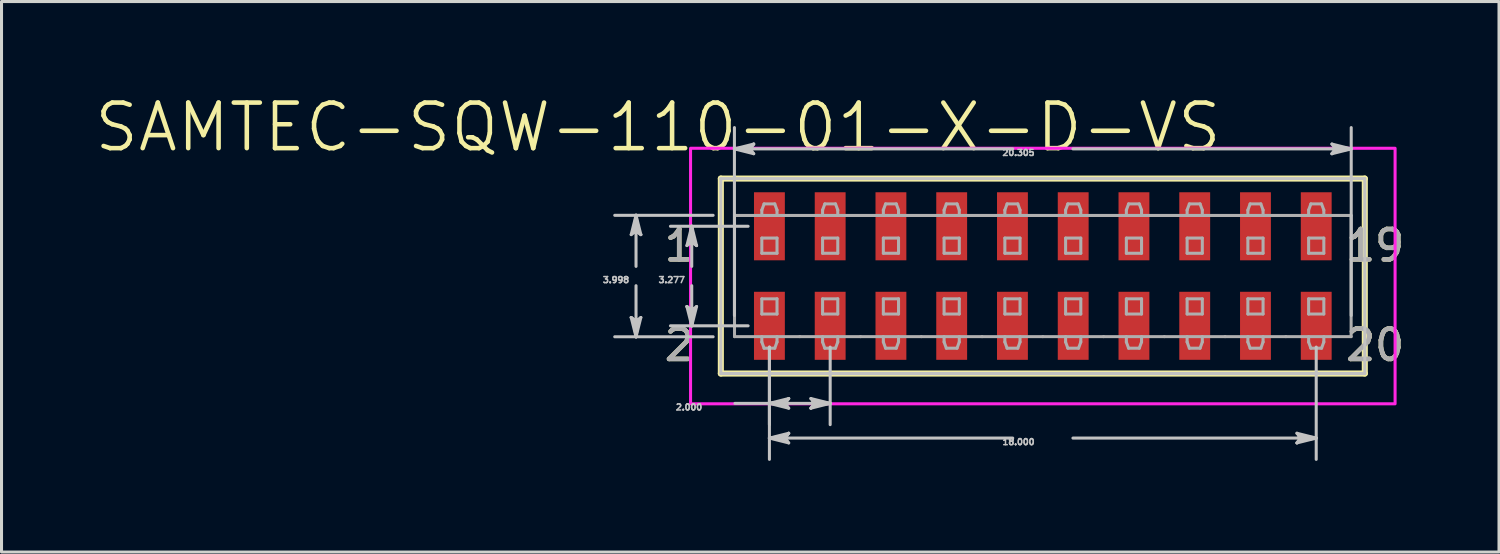
<source format=kicad_pcb>
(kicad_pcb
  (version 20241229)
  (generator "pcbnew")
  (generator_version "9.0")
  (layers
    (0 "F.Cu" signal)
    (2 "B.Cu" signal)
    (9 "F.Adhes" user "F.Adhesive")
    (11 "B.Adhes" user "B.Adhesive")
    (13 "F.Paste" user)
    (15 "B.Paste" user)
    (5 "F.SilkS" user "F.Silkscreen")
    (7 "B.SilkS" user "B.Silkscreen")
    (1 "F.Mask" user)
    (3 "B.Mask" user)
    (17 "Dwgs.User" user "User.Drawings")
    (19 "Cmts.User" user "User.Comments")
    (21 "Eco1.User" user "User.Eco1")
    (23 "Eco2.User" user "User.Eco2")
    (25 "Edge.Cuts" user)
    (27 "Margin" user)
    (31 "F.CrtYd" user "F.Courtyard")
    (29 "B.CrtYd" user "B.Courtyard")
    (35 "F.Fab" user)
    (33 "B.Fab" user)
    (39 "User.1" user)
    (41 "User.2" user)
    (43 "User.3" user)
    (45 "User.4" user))
  (footprint "SAMTEC-SQW-110-01-X-D-VS"
    (layer "F.Cu")
    (at 31.278 6.037)
    (property "Reference" "SAMTEC-SQW-110-01-X-D-VS" (at -12.668 -4.897 0) (layer "F.SilkS") (effects (font (size 1.5 1.5) (thickness 0.15))))
    (attr smd)
    (fp_poly (pts (xy -9.559 -2.809) (xy -8.441 -2.809) (xy -8.441 -0.467) (xy -9.559 -0.467)) (stroke (width 0.01) (type solid)) (fill yes) (layer "F.Mask"))
    (fp_poly (pts (xy -9.559 0.467) (xy -8.441 0.467) (xy -8.441 2.809) (xy -9.559 2.809)) (stroke (width 0.01) (type solid)) (fill yes) (layer "F.Mask"))
    (fp_poly (pts (xy -7.559 -2.809) (xy -6.441 -2.809) (xy -6.441 -0.467) (xy -7.559 -0.467)) (stroke (width 0.01) (type solid)) (fill yes) (layer "F.Mask"))
    (fp_poly (pts (xy -7.559 0.467) (xy -6.441 0.467) (xy -6.441 2.809) (xy -7.559 2.809)) (stroke (width 0.01) (type solid)) (fill yes) (layer "F.Mask"))
    (fp_poly (pts (xy -5.559 -2.809) (xy -4.441 -2.809) (xy -4.441 -0.467) (xy -5.559 -0.467)) (stroke (width 0.01) (type solid)) (fill yes) (layer "F.Mask"))
    (fp_poly (pts (xy -5.559 0.467) (xy -4.441 0.467) (xy -4.441 2.809) (xy -5.559 2.809)) (stroke (width 0.01) (type solid)) (fill yes) (layer "F.Mask"))
    (fp_poly (pts (xy -3.559 -2.809) (xy -2.441 -2.809) (xy -2.441 -0.467) (xy -3.559 -0.467)) (stroke (width 0.01) (type solid)) (fill yes) (layer "F.Mask"))
    (fp_poly (pts (xy -3.559 0.467) (xy -2.441 0.467) (xy -2.441 2.809) (xy -3.559 2.809)) (stroke (width 0.01) (type solid)) (fill yes) (layer "F.Mask"))
    (fp_poly (pts (xy -1.559 -2.809) (xy -0.441 -2.809) (xy -0.441 -0.467) (xy -1.559 -0.467)) (stroke (width 0.01) (type solid)) (fill yes) (layer "F.Mask"))
    (fp_poly (pts (xy -1.559 0.467) (xy -0.441 0.467) (xy -0.441 2.809) (xy -1.559 2.809)) (stroke (width 0.01) (type solid)) (fill yes) (layer "F.Mask"))
    (fp_poly (pts (xy 0.441 -2.809) (xy 1.559 -2.809) (xy 1.559 -0.467) (xy 0.441 -0.467)) (stroke (width 0.01) (type solid)) (fill yes) (layer "F.Mask"))
    (fp_poly (pts (xy 0.441 0.467) (xy 1.559 0.467) (xy 1.559 2.809) (xy 0.441 2.809)) (stroke (width 0.01) (type solid)) (fill yes) (layer "F.Mask"))
    (fp_poly (pts (xy 2.441 -2.809) (xy 3.559 -2.809) (xy 3.559 -0.467) (xy 2.441 -0.467)) (stroke (width 0.01) (type solid)) (fill yes) (layer "F.Mask"))
    (fp_poly (pts (xy 2.441 0.467) (xy 3.559 0.467) (xy 3.559 2.809) (xy 2.441 2.809)) (stroke (width 0.01) (type solid)) (fill yes) (layer "F.Mask"))
    (fp_poly (pts (xy 4.441 -2.809) (xy 5.559 -2.809) (xy 5.559 -0.467) (xy 4.441 -0.467)) (stroke (width 0.01) (type solid)) (fill yes) (layer "F.Mask"))
    (fp_poly (pts (xy 4.441 0.467) (xy 5.559 0.467) (xy 5.559 2.809) (xy 4.441 2.809)) (stroke (width 0.01) (type solid)) (fill yes) (layer "F.Mask"))
    (fp_poly (pts (xy 6.441 -2.809) (xy 7.559 -2.809) (xy 7.559 -0.467) (xy 6.441 -0.467)) (stroke (width 0.01) (type solid)) (fill yes) (layer "F.Mask"))
    (fp_poly (pts (xy 6.441 0.467) (xy 7.559 0.467) (xy 7.559 2.809) (xy 6.441 2.809)) (stroke (width 0.01) (type solid)) (fill yes) (layer "F.Mask"))
    (fp_poly (pts (xy 8.441 -2.809) (xy 9.559 -2.809) (xy 9.559 -0.467) (xy 8.441 -0.467)) (stroke (width 0.01) (type solid)) (fill yes) (layer "F.Mask"))
    (fp_poly (pts (xy 8.441 0.467) (xy 9.559 0.467) (xy 9.559 2.809) (xy 8.441 2.809)) (stroke (width 0.01) (type solid)) (fill yes) (layer "F.Mask"))
    (fp_line (start -10.599 -3.209) (end -10.599 3.209) (stroke (width 0.2) (type solid)) (layer "F.SilkS"))
    (fp_line (start -10.599 3.209) (end 10.599 3.209) (stroke (width 0.2) (type solid)) (layer "F.SilkS"))
    (fp_line (start 10.599 -3.209) (end -10.599 -3.209) (stroke (width 0.2) (type solid)) (layer "F.SilkS"))
    (fp_line (start 10.599 3.209) (end 10.599 -3.209) (stroke (width 0.2) (type solid)) (layer "F.SilkS"))
    (fp_poly (pts (xy -9.508 -2.758) (xy -8.492 -2.758) (xy -8.492 -0.518) (xy -9.508 -0.518)) (stroke (width 0.01) (type solid)) (fill yes) (layer "F.Paste"))
    (fp_poly (pts (xy -9.508 0.518) (xy -8.492 0.518) (xy -8.492 2.758) (xy -9.508 2.758)) (stroke (width 0.01) (type solid)) (fill yes) (layer "F.Paste"))
    (fp_poly (pts (xy -7.508 -2.758) (xy -6.492 -2.758) (xy -6.492 -0.518) (xy -7.508 -0.518)) (stroke (width 0.01) (type solid)) (fill yes) (layer "F.Paste"))
    (fp_poly (pts (xy -7.508 0.518) (xy -6.492 0.518) (xy -6.492 2.758) (xy -7.508 2.758)) (stroke (width 0.01) (type solid)) (fill yes) (layer "F.Paste"))
    (fp_poly (pts (xy -5.508 -2.758) (xy -4.492 -2.758) (xy -4.492 -0.518) (xy -5.508 -0.518)) (stroke (width 0.01) (type solid)) (fill yes) (layer "F.Paste"))
    (fp_poly (pts (xy -5.508 0.518) (xy -4.492 0.518) (xy -4.492 2.758) (xy -5.508 2.758)) (stroke (width 0.01) (type solid)) (fill yes) (layer "F.Paste"))
    (fp_poly (pts (xy -3.508 -2.758) (xy -2.492 -2.758) (xy -2.492 -0.518) (xy -3.508 -0.518)) (stroke (width 0.01) (type solid)) (fill yes) (layer "F.Paste"))
    (fp_poly (pts (xy -3.508 0.518) (xy -2.492 0.518) (xy -2.492 2.758) (xy -3.508 2.758)) (stroke (width 0.01) (type solid)) (fill yes) (layer "F.Paste"))
    (fp_poly (pts (xy -1.508 -2.758) (xy -0.492 -2.758) (xy -0.492 -0.518) (xy -1.508 -0.518)) (stroke (width 0.01) (type solid)) (fill yes) (layer "F.Paste"))
    (fp_poly (pts (xy -1.508 0.518) (xy -0.492 0.518) (xy -0.492 2.758) (xy -1.508 2.758)) (stroke (width 0.01) (type solid)) (fill yes) (layer "F.Paste"))
    (fp_poly (pts (xy 0.492 -2.758) (xy 1.508 -2.758) (xy 1.508 -0.518) (xy 0.492 -0.518)) (stroke (width 0.01) (type solid)) (fill yes) (layer "F.Paste"))
    (fp_poly (pts (xy 0.492 0.518) (xy 1.508 0.518) (xy 1.508 2.758) (xy 0.492 2.758)) (stroke (width 0.01) (type solid)) (fill yes) (layer "F.Paste"))
    (fp_poly (pts (xy 2.492 -2.758) (xy 3.508 -2.758) (xy 3.508 -0.518) (xy 2.492 -0.518)) (stroke (width 0.01) (type solid)) (fill yes) (layer "F.Paste"))
    (fp_poly (pts (xy 2.492 0.518) (xy 3.508 0.518) (xy 3.508 2.758) (xy 2.492 2.758)) (stroke (width 0.01) (type solid)) (fill yes) (layer "F.Paste"))
    (fp_poly (pts (xy 4.492 -2.758) (xy 5.508 -2.758) (xy 5.508 -0.518) (xy 4.492 -0.518)) (stroke (width 0.01) (type solid)) (fill yes) (layer "F.Paste"))
    (fp_poly (pts (xy 4.492 0.518) (xy 5.508 0.518) (xy 5.508 2.758) (xy 4.492 2.758)) (stroke (width 0.01) (type solid)) (fill yes) (layer "F.Paste"))
    (fp_poly (pts (xy 6.492 -2.758) (xy 7.508 -2.758) (xy 7.508 -0.518) (xy 6.492 -0.518)) (stroke (width 0.01) (type solid)) (fill yes) (layer "F.Paste"))
    (fp_poly (pts (xy 6.492 0.518) (xy 7.508 0.518) (xy 7.508 2.758) (xy 6.492 2.758)) (stroke (width 0.01) (type solid)) (fill yes) (layer "F.Paste"))
    (fp_poly (pts (xy 8.492 -2.758) (xy 9.508 -2.758) (xy 9.508 -0.518) (xy 8.492 -0.518)) (stroke (width 0.01) (type solid)) (fill yes) (layer "F.Paste"))
    (fp_poly (pts (xy 8.492 0.518) (xy 9.508 0.518) (xy 9.508 2.758) (xy 8.492 2.758)) (stroke (width 0.01) (type solid)) (fill yes) (layer "F.Paste"))
    (fp_line (start -13.55 -1.364) (end -13.391 -1.491) (stroke (width 0.1) (type solid)) (layer "Dwgs.User"))
    (fp_line (start -13.55 1.364) (end -13.391 1.999) (stroke (width 0.1) (type solid)) (layer "Dwgs.User"))
    (fp_line (start -13.47 -1.427) (end -13.391 -1.491) (stroke (width 0.1) (type solid)) (layer "Dwgs.User"))
    (fp_line (start -13.47 1.427) (end -13.55 1.364) (stroke (width 0.1) (type solid)) (layer "Dwgs.User"))
    (fp_line (start -13.391 -1.999) (end -13.55 -1.364) (stroke (width 0.1) (type solid)) (layer "Dwgs.User"))
    (fp_line (start -13.391 -1.999) (end -13.47 -1.427) (stroke (width 0.1) (type solid)) (layer "Dwgs.User"))
    (fp_line (start -13.391 -1.999) (end -13.312 -1.427) (stroke (width 0.1) (type solid)) (layer "Dwgs.User"))
    (fp_line (start -13.391 -1.491) (end -13.391 -1.999) (stroke (width 0.1) (type solid)) (layer "Dwgs.User"))
    (fp_line (start -13.391 -1.491) (end -13.232 -1.364) (stroke (width 0.1) (type solid)) (layer "Dwgs.User"))
    (fp_line (start -13.391 -0.318) (end -13.391 -1.999) (stroke (width 0.1) (type solid)) (layer "Dwgs.User"))
    (fp_line (start -13.391 0.318) (end -13.391 1.999) (stroke (width 0.1) (type solid)) (layer "Dwgs.User"))
    (fp_line (start -13.391 1.491) (end -13.55 1.364) (stroke (width 0.1) (type solid)) (layer "Dwgs.User"))
    (fp_line (start -13.391 1.491) (end -13.391 1.999) (stroke (width 0.1) (type solid)) (layer "Dwgs.User"))
    (fp_line (start -13.391 1.999) (end -13.47 1.427) (stroke (width 0.1) (type solid)) (layer "Dwgs.User"))
    (fp_line (start -13.391 1.999) (end -13.312 1.427) (stroke (width 0.1) (type solid)) (layer "Dwgs.User"))
    (fp_line (start -13.391 1.999) (end -13.232 1.364) (stroke (width 0.1) (type solid)) (layer "Dwgs.User"))
    (fp_line (start -13.312 -1.427) (end -13.232 -1.364) (stroke (width 0.1) (type solid)) (layer "Dwgs.User"))
    (fp_line (start -13.312 1.427) (end -13.391 1.491) (stroke (width 0.1) (type solid)) (layer "Dwgs.User"))
    (fp_line (start -13.232 -1.364) (end -13.391 -1.999) (stroke (width 0.1) (type solid)) (layer "Dwgs.User"))
    (fp_line (start -13.232 1.364) (end -13.391 1.491) (stroke (width 0.1) (type solid)) (layer "Dwgs.User"))
    (fp_line (start -11.716 -1.003) (end -11.557 -1.13) (stroke (width 0.1) (type solid)) (layer "Dwgs.User"))
    (fp_line (start -11.716 1.003) (end -11.557 1.638) (stroke (width 0.1) (type solid)) (layer "Dwgs.User"))
    (fp_line (start -11.636 -1.067) (end -11.557 -1.13) (stroke (width 0.1) (type solid)) (layer "Dwgs.User"))
    (fp_line (start -11.636 1.067) (end -11.716 1.003) (stroke (width 0.1) (type solid)) (layer "Dwgs.User"))
    (fp_line (start -11.557 -1.638) (end -11.716 -1.003) (stroke (width 0.1) (type solid)) (layer "Dwgs.User"))
    (fp_line (start -11.557 -1.638) (end -11.636 -1.067) (stroke (width 0.1) (type solid)) (layer "Dwgs.User"))
    (fp_line (start -11.557 -1.638) (end -11.478 -1.067) (stroke (width 0.1) (type solid)) (layer "Dwgs.User"))
    (fp_line (start -11.557 -1.13) (end -11.557 -1.638) (stroke (width 0.1) (type solid)) (layer "Dwgs.User"))
    (fp_line (start -11.557 -1.13) (end -11.398 -1.003) (stroke (width 0.1) (type solid)) (layer "Dwgs.User"))
    (fp_line (start -11.557 -0.318) (end -11.557 -1.638) (stroke (width 0.1) (type solid)) (layer "Dwgs.User"))
    (fp_line (start -11.557 0.318) (end -11.557 1.638) (stroke (width 0.1) (type solid)) (layer "Dwgs.User"))
    (fp_line (start -11.557 1.13) (end -11.716 1.003) (stroke (width 0.1) (type solid)) (layer "Dwgs.User"))
    (fp_line (start -11.557 1.13) (end -11.557 1.638) (stroke (width 0.1) (type solid)) (layer "Dwgs.User"))
    (fp_line (start -11.557 1.638) (end -11.636 1.067) (stroke (width 0.1) (type solid)) (layer "Dwgs.User"))
    (fp_line (start -11.557 1.638) (end -11.478 1.067) (stroke (width 0.1) (type solid)) (layer "Dwgs.User"))
    (fp_line (start -11.557 1.638) (end -11.398 1.003) (stroke (width 0.1) (type solid)) (layer "Dwgs.User"))
    (fp_line (start -11.478 -1.067) (end -11.398 -1.003) (stroke (width 0.1) (type solid)) (layer "Dwgs.User"))
    (fp_line (start -11.478 1.067) (end -11.557 1.13) (stroke (width 0.1) (type solid)) (layer "Dwgs.User"))
    (fp_line (start -11.398 -1.003) (end -11.557 -1.638) (stroke (width 0.1) (type solid)) (layer "Dwgs.User"))
    (fp_line (start -11.398 1.003) (end -11.557 1.13) (stroke (width 0.1) (type solid)) (layer "Dwgs.User"))
    (fp_line (start -10.853 -1.999) (end -14.092 -1.999) (stroke (width 0.1) (type solid)) (layer "Dwgs.User"))
    (fp_line (start -10.853 1.999) (end -14.092 1.999) (stroke (width 0.1) (type solid)) (layer "Dwgs.User"))
    (fp_line (start -10.599 -3.209) (end -10.599 3.209) (stroke (width 0.1) (type solid)) (layer "Dwgs.User"))
    (fp_line (start -10.599 3.209) (end 10.599 3.209) (stroke (width 0.1) (type solid)) (layer "Dwgs.User"))
    (fp_line (start -10.152 -4.186) (end -9.581 -4.265) (stroke (width 0.1) (type solid)) (layer "Dwgs.User"))
    (fp_line (start -10.152 -4.186) (end -9.581 -4.107) (stroke (width 0.1) (type solid)) (layer "Dwgs.User"))
    (fp_line (start -10.152 -4.186) (end -9.517 -4.027) (stroke (width 0.1) (type solid)) (layer "Dwgs.User"))
    (fp_line (start -10.152 1.298) (end -10.152 -4.887) (stroke (width 0.1) (type solid)) (layer "Dwgs.User"))
    (fp_line (start -10.135 4.191) (end -9 4.191) (stroke (width 0.1) (type solid)) (layer "Dwgs.User"))
    (fp_line (start -9.701 -1.638) (end -12.258 -1.638) (stroke (width 0.1) (type solid)) (layer "Dwgs.User"))
    (fp_line (start -9.701 1.638) (end -12.258 1.638) (stroke (width 0.1) (type solid)) (layer "Dwgs.User"))
    (fp_line (start -9.644 -4.186) (end -10.152 -4.186) (stroke (width 0.1) (type solid)) (layer "Dwgs.User"))
    (fp_line (start -9.644 -4.186) (end -9.517 -4.345) (stroke (width 0.1) (type solid)) (layer "Dwgs.User"))
    (fp_line (start -9.581 -4.265) (end -9.517 -4.345) (stroke (width 0.1) (type solid)) (layer "Dwgs.User"))
    (fp_line (start -9.581 -4.107) (end -9.644 -4.186) (stroke (width 0.1) (type solid)) (layer "Dwgs.User"))
    (fp_line (start -9.517 -4.345) (end -10.152 -4.186) (stroke (width 0.1) (type solid)) (layer "Dwgs.User"))
    (fp_line (start -9.517 -4.027) (end -9.644 -4.186) (stroke (width 0.1) (type solid)) (layer "Dwgs.User"))
    (fp_line (start -9 2.339) (end -9 4.892) (stroke (width 0.1) (type solid)) (layer "Dwgs.User"))
    (fp_line (start -9 2.339) (end -9 6.035) (stroke (width 0.1) (type solid)) (layer "Dwgs.User"))
    (fp_line (start -9 4.191) (end -8.428 4.112) (stroke (width 0.1) (type solid)) (layer "Dwgs.User"))
    (fp_line (start -9 4.191) (end -8.428 4.27) (stroke (width 0.1) (type solid)) (layer "Dwgs.User"))
    (fp_line (start -9 4.191) (end -8.365 4.35) (stroke (width 0.1) (type solid)) (layer "Dwgs.User"))
    (fp_line (start -9 4.191) (end -7 4.191) (stroke (width 0.1) (type solid)) (layer "Dwgs.User"))
    (fp_line (start -9 5.334) (end -8.428 5.255) (stroke (width 0.1) (type solid)) (layer "Dwgs.User"))
    (fp_line (start -9 5.334) (end -8.428 5.413) (stroke (width 0.1) (type solid)) (layer "Dwgs.User"))
    (fp_line (start -9 5.334) (end -8.365 5.493) (stroke (width 0.1) (type solid)) (layer "Dwgs.User"))
    (fp_line (start -8.492 4.191) (end -9 4.191) (stroke (width 0.1) (type solid)) (layer "Dwgs.User"))
    (fp_line (start -8.492 4.191) (end -8.365 4.032) (stroke (width 0.1) (type solid)) (layer "Dwgs.User"))
    (fp_line (start -8.492 5.334) (end -9 5.334) (stroke (width 0.1) (type solid)) (layer "Dwgs.User"))
    (fp_line (start -8.492 5.334) (end -8.365 5.175) (stroke (width 0.1) (type solid)) (layer "Dwgs.User"))
    (fp_line (start -8.428 4.112) (end -8.365 4.032) (stroke (width 0.1) (type solid)) (layer "Dwgs.User"))
    (fp_line (start -8.428 4.27) (end -8.492 4.191) (stroke (width 0.1) (type solid)) (layer "Dwgs.User"))
    (fp_line (start -8.428 5.255) (end -8.365 5.175) (stroke (width 0.1) (type solid)) (layer "Dwgs.User"))
    (fp_line (start -8.428 5.413) (end -8.492 5.334) (stroke (width 0.1) (type solid)) (layer "Dwgs.User"))
    (fp_line (start -8.365 4.032) (end -9 4.191) (stroke (width 0.1) (type solid)) (layer "Dwgs.User"))
    (fp_line (start -8.365 4.35) (end -8.492 4.191) (stroke (width 0.1) (type solid)) (layer "Dwgs.User"))
    (fp_line (start -8.365 5.175) (end -9 5.334) (stroke (width 0.1) (type solid)) (layer "Dwgs.User"))
    (fp_line (start -8.365 5.493) (end -8.492 5.334) (stroke (width 0.1) (type solid)) (layer "Dwgs.User"))
    (fp_line (start -7.635 4.032) (end -7.508 4.191) (stroke (width 0.1) (type solid)) (layer "Dwgs.User"))
    (fp_line (start -7.635 4.35) (end -7 4.191) (stroke (width 0.1) (type solid)) (layer "Dwgs.User"))
    (fp_line (start -7.571 4.112) (end -7.508 4.191) (stroke (width 0.1) (type solid)) (layer "Dwgs.User"))
    (fp_line (start -7.571 4.27) (end -7.635 4.35) (stroke (width 0.1) (type solid)) (layer "Dwgs.User"))
    (fp_line (start -7.508 4.191) (end -7.635 4.35) (stroke (width 0.1) (type solid)) (layer "Dwgs.User"))
    (fp_line (start -7.508 4.191) (end -7 4.191) (stroke (width 0.1) (type solid)) (layer "Dwgs.User"))
    (fp_line (start -7 2.339) (end -7 4.892) (stroke (width 0.1) (type solid)) (layer "Dwgs.User"))
    (fp_line (start -7 4.191) (end -7.635 4.032) (stroke (width 0.1) (type solid)) (layer "Dwgs.User"))
    (fp_line (start -7 4.191) (end -7.571 4.112) (stroke (width 0.1) (type solid)) (layer "Dwgs.User"))
    (fp_line (start -7 4.191) (end -7.571 4.27) (stroke (width 0.1) (type solid)) (layer "Dwgs.User"))
    (fp_line (start -0.991 -4.186) (end -10.152 -4.186) (stroke (width 0.1) (type solid)) (layer "Dwgs.User"))
    (fp_line (start -0.991 5.334) (end -9 5.334) (stroke (width 0.1) (type solid)) (layer "Dwgs.User"))
    (fp_line (start 0.991 -4.186) (end 10.152 -4.186) (stroke (width 0.1) (type solid)) (layer "Dwgs.User"))
    (fp_line (start 0.991 5.334) (end 9 5.334) (stroke (width 0.1) (type solid)) (layer "Dwgs.User"))
    (fp_line (start 8.365 5.175) (end 8.492 5.334) (stroke (width 0.1) (type solid)) (layer "Dwgs.User"))
    (fp_line (start 8.365 5.493) (end 9 5.334) (stroke (width 0.1) (type solid)) (layer "Dwgs.User"))
    (fp_line (start 8.428 5.255) (end 8.492 5.334) (stroke (width 0.1) (type solid)) (layer "Dwgs.User"))
    (fp_line (start 8.428 5.413) (end 8.365 5.493) (stroke (width 0.1) (type solid)) (layer "Dwgs.User"))
    (fp_line (start 8.492 5.334) (end 8.365 5.493) (stroke (width 0.1) (type solid)) (layer "Dwgs.User"))
    (fp_line (start 8.492 5.334) (end 9 5.334) (stroke (width 0.1) (type solid)) (layer "Dwgs.User"))
    (fp_line (start 9 2.339) (end 9 6.035) (stroke (width 0.1) (type solid)) (layer "Dwgs.User"))
    (fp_line (start 9 5.334) (end 8.365 5.175) (stroke (width 0.1) (type solid)) (layer "Dwgs.User"))
    (fp_line (start 9 5.334) (end 8.428 5.255) (stroke (width 0.1) (type solid)) (layer "Dwgs.User"))
    (fp_line (start 9 5.334) (end 8.428 5.413) (stroke (width 0.1) (type solid)) (layer "Dwgs.User"))
    (fp_line (start 9.517 -4.345) (end 9.644 -4.186) (stroke (width 0.1) (type solid)) (layer "Dwgs.User"))
    (fp_line (start 9.517 -4.027) (end 10.152 -4.186) (stroke (width 0.1) (type solid)) (layer "Dwgs.User"))
    (fp_line (start 9.581 -4.265) (end 9.644 -4.186) (stroke (width 0.1) (type solid)) (layer "Dwgs.User"))
    (fp_line (start 9.581 -4.107) (end 9.517 -4.027) (stroke (width 0.1) (type solid)) (layer "Dwgs.User"))
    (fp_line (start 9.644 -4.186) (end 9.517 -4.027) (stroke (width 0.1) (type solid)) (layer "Dwgs.User"))
    (fp_line (start 9.644 -4.186) (end 10.152 -4.186) (stroke (width 0.1) (type solid)) (layer "Dwgs.User"))
    (fp_line (start 10.152 -4.186) (end 9.517 -4.345) (stroke (width 0.1) (type solid)) (layer "Dwgs.User"))
    (fp_line (start 10.152 -4.186) (end 9.581 -4.265) (stroke (width 0.1) (type solid)) (layer "Dwgs.User"))
    (fp_line (start 10.152 -4.186) (end 9.581 -4.107) (stroke (width 0.1) (type solid)) (layer "Dwgs.User"))
    (fp_line (start 10.152 1.298) (end 10.152 -4.887) (stroke (width 0.1) (type solid)) (layer "Dwgs.User"))
    (fp_line (start 10.599 -3.209) (end -10.599 -3.209) (stroke (width 0.1) (type solid)) (layer "Dwgs.User"))
    (fp_line (start 10.599 3.209) (end 10.599 -3.209) (stroke (width 0.1) (type solid)) (layer "Dwgs.User"))
    (fp_poly (pts (xy 11.596 -4.206) (xy -11.596 -4.206) (xy -11.596 4.206) (xy 11.596 4.206) (xy 11.596 -4.206)) (stroke (width 0.1) (type solid)) (fill no) (layer "F.CrtYd"))
    (fp_line (start -10.149 -1.994) (end -10.149 1.994) (stroke (width 0.1) (type solid)) (layer "F.Fab"))
    (fp_line (start -10.149 -1.994) (end -8 -1.994) (stroke (width 0.1) (type solid)) (layer "F.Fab"))
    (fp_line (start -9.25 -1.994) (end -9.25 -2.172) (stroke (width 0.1) (type solid)) (layer "F.Fab"))
    (fp_line (start -9.25 -1.25) (end -9.25 -0.75) (stroke (width 0.1) (type solid)) (layer "F.Fab"))
    (fp_line (start -9.25 -0.75) (end -8.75 -0.75) (stroke (width 0.1) (type solid)) (layer "F.Fab"))
    (fp_line (start -9.25 0.75) (end -9.25 1.25) (stroke (width 0.1) (type solid)) (layer "F.Fab"))
    (fp_line (start -9.25 1.25) (end -8.75 1.25) (stroke (width 0.1) (type solid)) (layer "F.Fab"))
    (fp_line (start -9.25 2.172) (end -9.25 1.994) (stroke (width 0.1) (type solid)) (layer "F.Fab"))
    (fp_line (start -9.25 2.172) (end -9.176 2.375) (stroke (width 0.1) (type solid)) (layer "F.Fab"))
    (fp_line (start -9.176 -2.375) (end -9.25 -2.172) (stroke (width 0.1) (type solid)) (layer "F.Fab"))
    (fp_line (start -9.176 2.375) (end -8.824 2.375) (stroke (width 0.1) (type solid)) (layer "F.Fab"))
    (fp_line (start -8.824 -2.375) (end -9.176 -2.375) (stroke (width 0.1) (type solid)) (layer "F.Fab"))
    (fp_line (start -8.824 2.375) (end -8.75 2.172) (stroke (width 0.1) (type solid)) (layer "F.Fab"))
    (fp_line (start -8.75 -2.172) (end -8.824 -2.375) (stroke (width 0.1) (type solid)) (layer "F.Fab"))
    (fp_line (start -8.75 -2.172) (end -8.75 -1.994) (stroke (width 0.1) (type solid)) (layer "F.Fab"))
    (fp_line (start -8.75 -1.25) (end -9.25 -1.25) (stroke (width 0.1) (type solid)) (layer "F.Fab"))
    (fp_line (start -8.75 -0.75) (end -8.75 -1.25) (stroke (width 0.1) (type solid)) (layer "F.Fab"))
    (fp_line (start -8.75 0.75) (end -9.25 0.75) (stroke (width 0.1) (type solid)) (layer "F.Fab"))
    (fp_line (start -8.75 1.25) (end -8.75 0.75) (stroke (width 0.1) (type solid)) (layer "F.Fab"))
    (fp_line (start -8.75 1.994) (end -8.75 2.172) (stroke (width 0.1) (type solid)) (layer "F.Fab"))
    (fp_line (start -8 -1.994) (end -6 -1.994) (stroke (width 0.1) (type solid)) (layer "F.Fab"))
    (fp_line (start -8 1.994) (end -10.149 1.994) (stroke (width 0.1) (type solid)) (layer "F.Fab"))
    (fp_line (start -7.25 -1.994) (end -7.25 -2.172) (stroke (width 0.1) (type solid)) (layer "F.Fab"))
    (fp_line (start -7.25 -1.25) (end -7.25 -0.75) (stroke (width 0.1) (type solid)) (layer "F.Fab"))
    (fp_line (start -7.25 -0.75) (end -6.75 -0.75) (stroke (width 0.1) (type solid)) (layer "F.Fab"))
    (fp_line (start -7.25 0.75) (end -7.25 1.25) (stroke (width 0.1) (type solid)) (layer "F.Fab"))
    (fp_line (start -7.25 1.25) (end -6.75 1.25) (stroke (width 0.1) (type solid)) (layer "F.Fab"))
    (fp_line (start -7.25 2.172) (end -7.25 1.994) (stroke (width 0.1) (type solid)) (layer "F.Fab"))
    (fp_line (start -7.25 2.172) (end -7.176 2.375) (stroke (width 0.1) (type solid)) (layer "F.Fab"))
    (fp_line (start -7.176 -2.375) (end -7.25 -2.172) (stroke (width 0.1) (type solid)) (layer "F.Fab"))
    (fp_line (start -7.176 2.375) (end -6.824 2.375) (stroke (width 0.1) (type solid)) (layer "F.Fab"))
    (fp_line (start -6.824 -2.375) (end -7.176 -2.375) (stroke (width 0.1) (type solid)) (layer "F.Fab"))
    (fp_line (start -6.824 2.375) (end -6.75 2.172) (stroke (width 0.1) (type solid)) (layer "F.Fab"))
    (fp_line (start -6.75 -2.172) (end -6.824 -2.375) (stroke (width 0.1) (type solid)) (layer "F.Fab"))
    (fp_line (start -6.75 -2.172) (end -6.75 -1.994) (stroke (width 0.1) (type solid)) (layer "F.Fab"))
    (fp_line (start -6.75 -1.25) (end -7.25 -1.25) (stroke (width 0.1) (type solid)) (layer "F.Fab"))
    (fp_line (start -6.75 -0.75) (end -6.75 -1.25) (stroke (width 0.1) (type solid)) (layer "F.Fab"))
    (fp_line (start -6.75 0.75) (end -7.25 0.75) (stroke (width 0.1) (type solid)) (layer "F.Fab"))
    (fp_line (start -6.75 1.25) (end -6.75 0.75) (stroke (width 0.1) (type solid)) (layer "F.Fab"))
    (fp_line (start -6.75 1.994) (end -6.75 2.172) (stroke (width 0.1) (type solid)) (layer "F.Fab"))
    (fp_line (start -6 -1.994) (end -4 -1.994) (stroke (width 0.1) (type solid)) (layer "F.Fab"))
    (fp_line (start -6 1.994) (end -8 1.994) (stroke (width 0.1) (type solid)) (layer "F.Fab"))
    (fp_line (start -5.25 -1.994) (end -5.25 -2.172) (stroke (width 0.1) (type solid)) (layer "F.Fab"))
    (fp_line (start -5.25 -1.25) (end -5.25 -0.75) (stroke (width 0.1) (type solid)) (layer "F.Fab"))
    (fp_line (start -5.25 -0.75) (end -4.75 -0.75) (stroke (width 0.1) (type solid)) (layer "F.Fab"))
    (fp_line (start -5.25 0.75) (end -5.25 1.25) (stroke (width 0.1) (type solid)) (layer "F.Fab"))
    (fp_line (start -5.25 1.25) (end -4.75 1.25) (stroke (width 0.1) (type solid)) (layer "F.Fab"))
    (fp_line (start -5.25 2.172) (end -5.25 1.994) (stroke (width 0.1) (type solid)) (layer "F.Fab"))
    (fp_line (start -5.25 2.172) (end -5.176 2.375) (stroke (width 0.1) (type solid)) (layer "F.Fab"))
    (fp_line (start -5.176 -2.375) (end -5.25 -2.172) (stroke (width 0.1) (type solid)) (layer "F.Fab"))
    (fp_line (start -5.176 2.375) (end -4.824 2.375) (stroke (width 0.1) (type solid)) (layer "F.Fab"))
    (fp_line (start -4.824 -2.375) (end -5.176 -2.375) (stroke (width 0.1) (type solid)) (layer "F.Fab"))
    (fp_line (start -4.824 2.375) (end -4.75 2.172) (stroke (width 0.1) (type solid)) (layer "F.Fab"))
    (fp_line (start -4.75 -2.172) (end -4.824 -2.375) (stroke (width 0.1) (type solid)) (layer "F.Fab"))
    (fp_line (start -4.75 -2.172) (end -4.75 -1.994) (stroke (width 0.1) (type solid)) (layer "F.Fab"))
    (fp_line (start -4.75 -1.25) (end -5.25 -1.25) (stroke (width 0.1) (type solid)) (layer "F.Fab"))
    (fp_line (start -4.75 -0.75) (end -4.75 -1.25) (stroke (width 0.1) (type solid)) (layer "F.Fab"))
    (fp_line (start -4.75 0.75) (end -5.25 0.75) (stroke (width 0.1) (type solid)) (layer "F.Fab"))
    (fp_line (start -4.75 1.25) (end -4.75 0.75) (stroke (width 0.1) (type solid)) (layer "F.Fab"))
    (fp_line (start -4.75 1.994) (end -4.75 2.172) (stroke (width 0.1) (type solid)) (layer "F.Fab"))
    (fp_line (start -4 -1.994) (end -2 -1.994) (stroke (width 0.1) (type solid)) (layer "F.Fab"))
    (fp_line (start -4 1.994) (end -6 1.994) (stroke (width 0.1) (type solid)) (layer "F.Fab"))
    (fp_line (start -3.25 -1.994) (end -3.25 -2.172) (stroke (width 0.1) (type solid)) (layer "F.Fab"))
    (fp_line (start -3.25 -1.25) (end -3.25 -0.75) (stroke (width 0.1) (type solid)) (layer "F.Fab"))
    (fp_line (start -3.25 -0.75) (end -2.75 -0.75) (stroke (width 0.1) (type solid)) (layer "F.Fab"))
    (fp_line (start -3.25 0.75) (end -3.25 1.25) (stroke (width 0.1) (type solid)) (layer "F.Fab"))
    (fp_line (start -3.25 1.25) (end -2.75 1.25) (stroke (width 0.1) (type solid)) (layer "F.Fab"))
    (fp_line (start -3.25 2.172) (end -3.25 1.994) (stroke (width 0.1) (type solid)) (layer "F.Fab"))
    (fp_line (start -3.25 2.172) (end -3.176 2.375) (stroke (width 0.1) (type solid)) (layer "F.Fab"))
    (fp_line (start -3.176 -2.375) (end -3.25 -2.172) (stroke (width 0.1) (type solid)) (layer "F.Fab"))
    (fp_line (start -3.176 2.375) (end -2.824 2.375) (stroke (width 0.1) (type solid)) (layer "F.Fab"))
    (fp_line (start -2.824 -2.375) (end -3.176 -2.375) (stroke (width 0.1) (type solid)) (layer "F.Fab"))
    (fp_line (start -2.824 2.375) (end -2.75 2.172) (stroke (width 0.1) (type solid)) (layer "F.Fab"))
    (fp_line (start -2.75 -2.172) (end -2.824 -2.375) (stroke (width 0.1) (type solid)) (layer "F.Fab"))
    (fp_line (start -2.75 -2.172) (end -2.75 -1.994) (stroke (width 0.1) (type solid)) (layer "F.Fab"))
    (fp_line (start -2.75 -1.25) (end -3.25 -1.25) (stroke (width 0.1) (type solid)) (layer "F.Fab"))
    (fp_line (start -2.75 -0.75) (end -2.75 -1.25) (stroke (width 0.1) (type solid)) (layer "F.Fab"))
    (fp_line (start -2.75 0.75) (end -3.25 0.75) (stroke (width 0.1) (type solid)) (layer "F.Fab"))
    (fp_line (start -2.75 1.25) (end -2.75 0.75) (stroke (width 0.1) (type solid)) (layer "F.Fab"))
    (fp_line (start -2.75 1.994) (end -2.75 2.172) (stroke (width 0.1) (type solid)) (layer "F.Fab"))
    (fp_line (start -2 -1.994) (end 0 -1.994) (stroke (width 0.1) (type solid)) (layer "F.Fab"))
    (fp_line (start -2 1.994) (end -4 1.994) (stroke (width 0.1) (type solid)) (layer "F.Fab"))
    (fp_line (start -1.25 -1.994) (end -1.25 -2.172) (stroke (width 0.1) (type solid)) (layer "F.Fab"))
    (fp_line (start -1.25 -1.25) (end -1.25 -0.75) (stroke (width 0.1) (type solid)) (layer "F.Fab"))
    (fp_line (start -1.25 -0.75) (end -0.75 -0.75) (stroke (width 0.1) (type solid)) (layer "F.Fab"))
    (fp_line (start -1.25 0.75) (end -1.25 1.25) (stroke (width 0.1) (type solid)) (layer "F.Fab"))
    (fp_line (start -1.25 1.25) (end -0.75 1.25) (stroke (width 0.1) (type solid)) (layer "F.Fab"))
    (fp_line (start -1.25 2.172) (end -1.25 1.994) (stroke (width 0.1) (type solid)) (layer "F.Fab"))
    (fp_line (start -1.25 2.172) (end -1.176 2.375) (stroke (width 0.1) (type solid)) (layer "F.Fab"))
    (fp_line (start -1.176 -2.375) (end -1.25 -2.172) (stroke (width 0.1) (type solid)) (layer "F.Fab"))
    (fp_line (start -1.176 2.375) (end -0.824 2.375) (stroke (width 0.1) (type solid)) (layer "F.Fab"))
    (fp_line (start -0.824 -2.375) (end -1.176 -2.375) (stroke (width 0.1) (type solid)) (layer "F.Fab"))
    (fp_line (start -0.824 2.375) (end -0.75 2.172) (stroke (width 0.1) (type solid)) (layer "F.Fab"))
    (fp_line (start -0.75 -2.172) (end -0.824 -2.375) (stroke (width 0.1) (type solid)) (layer "F.Fab"))
    (fp_line (start -0.75 -2.172) (end -0.75 -1.994) (stroke (width 0.1) (type solid)) (layer "F.Fab"))
    (fp_line (start -0.75 -1.25) (end -1.25 -1.25) (stroke (width 0.1) (type solid)) (layer "F.Fab"))
    (fp_line (start -0.75 -0.75) (end -0.75 -1.25) (stroke (width 0.1) (type solid)) (layer "F.Fab"))
    (fp_line (start -0.75 0.75) (end -1.25 0.75) (stroke (width 0.1) (type solid)) (layer "F.Fab"))
    (fp_line (start -0.75 1.25) (end -0.75 0.75) (stroke (width 0.1) (type solid)) (layer "F.Fab"))
    (fp_line (start -0.75 1.994) (end -0.75 2.172) (stroke (width 0.1) (type solid)) (layer "F.Fab"))
    (fp_line (start 0 -1.994) (end 2 -1.994) (stroke (width 0.1) (type solid)) (layer "F.Fab"))
    (fp_line (start 0 1.994) (end -2 1.994) (stroke (width 0.1) (type solid)) (layer "F.Fab"))
    (fp_line (start 0.75 -1.994) (end 0.75 -2.172) (stroke (width 0.1) (type solid)) (layer "F.Fab"))
    (fp_line (start 0.75 -1.25) (end 0.75 -0.75) (stroke (width 0.1) (type solid)) (layer "F.Fab"))
    (fp_line (start 0.75 -0.75) (end 1.25 -0.75) (stroke (width 0.1) (type solid)) (layer "F.Fab"))
    (fp_line (start 0.75 0.75) (end 0.75 1.25) (stroke (width 0.1) (type solid)) (layer "F.Fab"))
    (fp_line (start 0.75 1.25) (end 1.25 1.25) (stroke (width 0.1) (type solid)) (layer "F.Fab"))
    (fp_line (start 0.75 2.172) (end 0.75 1.994) (stroke (width 0.1) (type solid)) (layer "F.Fab"))
    (fp_line (start 0.75 2.172) (end 0.824 2.375) (stroke (width 0.1) (type solid)) (layer "F.Fab"))
    (fp_line (start 0.824 -2.375) (end 0.75 -2.172) (stroke (width 0.1) (type solid)) (layer "F.Fab"))
    (fp_line (start 0.824 2.375) (end 1.176 2.375) (stroke (width 0.1) (type solid)) (layer "F.Fab"))
    (fp_line (start 1.176 -2.375) (end 0.824 -2.375) (stroke (width 0.1) (type solid)) (layer "F.Fab"))
    (fp_line (start 1.176 2.375) (end 1.25 2.172) (stroke (width 0.1) (type solid)) (layer "F.Fab"))
    (fp_line (start 1.25 -2.172) (end 1.176 -2.375) (stroke (width 0.1) (type solid)) (layer "F.Fab"))
    (fp_line (start 1.25 -2.172) (end 1.25 -1.994) (stroke (width 0.1) (type solid)) (layer "F.Fab"))
    (fp_line (start 1.25 -1.25) (end 0.75 -1.25) (stroke (width 0.1) (type solid)) (layer "F.Fab"))
    (fp_line (start 1.25 -0.75) (end 1.25 -1.25) (stroke (width 0.1) (type solid)) (layer "F.Fab"))
    (fp_line (start 1.25 0.75) (end 0.75 0.75) (stroke (width 0.1) (type solid)) (layer "F.Fab"))
    (fp_line (start 1.25 1.25) (end 1.25 0.75) (stroke (width 0.1) (type solid)) (layer "F.Fab"))
    (fp_line (start 1.25 1.994) (end 1.25 2.172) (stroke (width 0.1) (type solid)) (layer "F.Fab"))
    (fp_line (start 2 -1.994) (end 4 -1.994) (stroke (width 0.1) (type solid)) (layer "F.Fab"))
    (fp_line (start 2 1.994) (end 0 1.994) (stroke (width 0.1) (type solid)) (layer "F.Fab"))
    (fp_line (start 2.75 -1.994) (end 2.75 -2.172) (stroke (width 0.1) (type solid)) (layer "F.Fab"))
    (fp_line (start 2.75 -1.25) (end 2.75 -0.75) (stroke (width 0.1) (type solid)) (layer "F.Fab"))
    (fp_line (start 2.75 -0.75) (end 3.25 -0.75) (stroke (width 0.1) (type solid)) (layer "F.Fab"))
    (fp_line (start 2.75 0.75) (end 2.75 1.25) (stroke (width 0.1) (type solid)) (layer "F.Fab"))
    (fp_line (start 2.75 1.25) (end 3.25 1.25) (stroke (width 0.1) (type solid)) (layer "F.Fab"))
    (fp_line (start 2.75 2.172) (end 2.75 1.994) (stroke (width 0.1) (type solid)) (layer "F.Fab"))
    (fp_line (start 2.75 2.172) (end 2.824 2.375) (stroke (width 0.1) (type solid)) (layer "F.Fab"))
    (fp_line (start 2.824 -2.375) (end 2.75 -2.172) (stroke (width 0.1) (type solid)) (layer "F.Fab"))
    (fp_line (start 2.824 2.375) (end 3.176 2.375) (stroke (width 0.1) (type solid)) (layer "F.Fab"))
    (fp_line (start 3.176 -2.375) (end 2.824 -2.375) (stroke (width 0.1) (type solid)) (layer "F.Fab"))
    (fp_line (start 3.176 2.375) (end 3.25 2.172) (stroke (width 0.1) (type solid)) (layer "F.Fab"))
    (fp_line (start 3.25 -2.172) (end 3.176 -2.375) (stroke (width 0.1) (type solid)) (layer "F.Fab"))
    (fp_line (start 3.25 -2.172) (end 3.25 -1.994) (stroke (width 0.1) (type solid)) (layer "F.Fab"))
    (fp_line (start 3.25 -1.25) (end 2.75 -1.25) (stroke (width 0.1) (type solid)) (layer "F.Fab"))
    (fp_line (start 3.25 -0.75) (end 3.25 -1.25) (stroke (width 0.1) (type solid)) (layer "F.Fab"))
    (fp_line (start 3.25 0.75) (end 2.75 0.75) (stroke (width 0.1) (type solid)) (layer "F.Fab"))
    (fp_line (start 3.25 1.25) (end 3.25 0.75) (stroke (width 0.1) (type solid)) (layer "F.Fab"))
    (fp_line (start 3.25 1.994) (end 3.25 2.172) (stroke (width 0.1) (type solid)) (layer "F.Fab"))
    (fp_line (start 4 -1.994) (end 6 -1.994) (stroke (width 0.1) (type solid)) (layer "F.Fab"))
    (fp_line (start 4 1.994) (end 2 1.994) (stroke (width 0.1) (type solid)) (layer "F.Fab"))
    (fp_line (start 4.75 -1.994) (end 4.75 -2.172) (stroke (width 0.1) (type solid)) (layer "F.Fab"))
    (fp_line (start 4.75 -1.25) (end 4.75 -0.75) (stroke (width 0.1) (type solid)) (layer "F.Fab"))
    (fp_line (start 4.75 -0.75) (end 5.25 -0.75) (stroke (width 0.1) (type solid)) (layer "F.Fab"))
    (fp_line (start 4.75 0.75) (end 4.75 1.25) (stroke (width 0.1) (type solid)) (layer "F.Fab"))
    (fp_line (start 4.75 1.25) (end 5.25 1.25) (stroke (width 0.1) (type solid)) (layer "F.Fab"))
    (fp_line (start 4.75 2.172) (end 4.75 1.994) (stroke (width 0.1) (type solid)) (layer "F.Fab"))
    (fp_line (start 4.75 2.172) (end 4.824 2.375) (stroke (width 0.1) (type solid)) (layer "F.Fab"))
    (fp_line (start 4.824 -2.375) (end 4.75 -2.172) (stroke (width 0.1) (type solid)) (layer "F.Fab"))
    (fp_line (start 4.824 2.375) (end 5.176 2.375) (stroke (width 0.1) (type solid)) (layer "F.Fab"))
    (fp_line (start 5.176 -2.375) (end 4.824 -2.375) (stroke (width 0.1) (type solid)) (layer "F.Fab"))
    (fp_line (start 5.176 2.375) (end 5.25 2.172) (stroke (width 0.1) (type solid)) (layer "F.Fab"))
    (fp_line (start 5.25 -2.172) (end 5.176 -2.375) (stroke (width 0.1) (type solid)) (layer "F.Fab"))
    (fp_line (start 5.25 -2.172) (end 5.25 -1.994) (stroke (width 0.1) (type solid)) (layer "F.Fab"))
    (fp_line (start 5.25 -1.25) (end 4.75 -1.25) (stroke (width 0.1) (type solid)) (layer "F.Fab"))
    (fp_line (start 5.25 -0.75) (end 5.25 -1.25) (stroke (width 0.1) (type solid)) (layer "F.Fab"))
    (fp_line (start 5.25 0.75) (end 4.75 0.75) (stroke (width 0.1) (type solid)) (layer "F.Fab"))
    (fp_line (start 5.25 1.25) (end 5.25 0.75) (stroke (width 0.1) (type solid)) (layer "F.Fab"))
    (fp_line (start 5.25 1.994) (end 5.25 2.172) (stroke (width 0.1) (type solid)) (layer "F.Fab"))
    (fp_line (start 6 -1.994) (end 8 -1.994) (stroke (width 0.1) (type solid)) (layer "F.Fab"))
    (fp_line (start 6 1.994) (end 4 1.994) (stroke (width 0.1) (type solid)) (layer "F.Fab"))
    (fp_line (start 6.75 -1.994) (end 6.75 -2.172) (stroke (width 0.1) (type solid)) (layer "F.Fab"))
    (fp_line (start 6.75 -1.25) (end 6.75 -0.75) (stroke (width 0.1) (type solid)) (layer "F.Fab"))
    (fp_line (start 6.75 -0.75) (end 7.25 -0.75) (stroke (width 0.1) (type solid)) (layer "F.Fab"))
    (fp_line (start 6.75 0.75) (end 6.75 1.25) (stroke (width 0.1) (type solid)) (layer "F.Fab"))
    (fp_line (start 6.75 1.25) (end 7.25 1.25) (stroke (width 0.1) (type solid)) (layer "F.Fab"))
    (fp_line (start 6.75 2.172) (end 6.75 1.994) (stroke (width 0.1) (type solid)) (layer "F.Fab"))
    (fp_line (start 6.75 2.172) (end 6.824 2.375) (stroke (width 0.1) (type solid)) (layer "F.Fab"))
    (fp_line (start 6.824 -2.375) (end 6.75 -2.172) (stroke (width 0.1) (type solid)) (layer "F.Fab"))
    (fp_line (start 6.824 2.375) (end 7.176 2.375) (stroke (width 0.1) (type solid)) (layer "F.Fab"))
    (fp_line (start 7.176 -2.375) (end 6.824 -2.375) (stroke (width 0.1) (type solid)) (layer "F.Fab"))
    (fp_line (start 7.176 2.375) (end 7.25 2.172) (stroke (width 0.1) (type solid)) (layer "F.Fab"))
    (fp_line (start 7.25 -2.172) (end 7.176 -2.375) (stroke (width 0.1) (type solid)) (layer "F.Fab"))
    (fp_line (start 7.25 -2.172) (end 7.25 -1.994) (stroke (width 0.1) (type solid)) (layer "F.Fab"))
    (fp_line (start 7.25 -1.25) (end 6.75 -1.25) (stroke (width 0.1) (type solid)) (layer "F.Fab"))
    (fp_line (start 7.25 -0.75) (end 7.25 -1.25) (stroke (width 0.1) (type solid)) (layer "F.Fab"))
    (fp_line (start 7.25 0.75) (end 6.75 0.75) (stroke (width 0.1) (type solid)) (layer "F.Fab"))
    (fp_line (start 7.25 1.25) (end 7.25 0.75) (stroke (width 0.1) (type solid)) (layer "F.Fab"))
    (fp_line (start 7.25 1.994) (end 7.25 2.172) (stroke (width 0.1) (type solid)) (layer "F.Fab"))
    (fp_line (start 8 -1.994) (end 10.149 -1.994) (stroke (width 0.1) (type solid)) (layer "F.Fab"))
    (fp_line (start 8 1.994) (end 6 1.994) (stroke (width 0.1) (type solid)) (layer "F.Fab"))
    (fp_line (start 8.75 -1.994) (end 8.75 -2.172) (stroke (width 0.1) (type solid)) (layer "F.Fab"))
    (fp_line (start 8.75 -1.25) (end 8.75 -0.75) (stroke (width 0.1) (type solid)) (layer "F.Fab"))
    (fp_line (start 8.75 -0.75) (end 9.25 -0.75) (stroke (width 0.1) (type solid)) (layer "F.Fab"))
    (fp_line (start 8.75 0.75) (end 8.75 1.25) (stroke (width 0.1) (type solid)) (layer "F.Fab"))
    (fp_line (start 8.75 1.25) (end 9.25 1.25) (stroke (width 0.1) (type solid)) (layer "F.Fab"))
    (fp_line (start 8.75 2.172) (end 8.75 1.994) (stroke (width 0.1) (type solid)) (layer "F.Fab"))
    (fp_line (start 8.75 2.172) (end 8.824 2.375) (stroke (width 0.1) (type solid)) (layer "F.Fab"))
    (fp_line (start 8.824 -2.375) (end 8.75 -2.172) (stroke (width 0.1) (type solid)) (layer "F.Fab"))
    (fp_line (start 8.824 2.375) (end 9.176 2.375) (stroke (width 0.1) (type solid)) (layer "F.Fab"))
    (fp_line (start 9.176 -2.375) (end 8.824 -2.375) (stroke (width 0.1) (type solid)) (layer "F.Fab"))
    (fp_line (start 9.176 2.375) (end 9.25 2.172) (stroke (width 0.1) (type solid)) (layer "F.Fab"))
    (fp_line (start 9.25 -2.172) (end 9.176 -2.375) (stroke (width 0.1) (type solid)) (layer "F.Fab"))
    (fp_line (start 9.25 -2.172) (end 9.25 -1.994) (stroke (width 0.1) (type solid)) (layer "F.Fab"))
    (fp_line (start 9.25 -1.25) (end 8.75 -1.25) (stroke (width 0.1) (type solid)) (layer "F.Fab"))
    (fp_line (start 9.25 -0.75) (end 9.25 -1.25) (stroke (width 0.1) (type solid)) (layer "F.Fab"))
    (fp_line (start 9.25 0.75) (end 8.75 0.75) (stroke (width 0.1) (type solid)) (layer "F.Fab"))
    (fp_line (start 9.25 1.25) (end 9.25 0.75) (stroke (width 0.1) (type solid)) (layer "F.Fab"))
    (fp_line (start 9.25 1.994) (end 9.25 2.172) (stroke (width 0.1) (type solid)) (layer "F.Fab"))
    (fp_line (start 10.149 1.994) (end 8 1.994) (stroke (width 0.1) (type solid)) (layer "F.Fab"))
    (fp_line (start 10.149 1.994) (end 10.149 -1.994) (stroke (width 0.1) (type solid)) (layer "F.Fab"))
    (fp_text user "19" (at 10.939 -1.003 0) (layer "F.SilkS") (effects (font (size 1 1) (thickness 0.15))))
    (fp_text user "1" (at -11.969 -1.003 0) (layer "F.SilkS") (effects (font (size 1 1) (thickness 0.15))))
    (fp_text user "20" (at 10.939 2.273 0) (layer "F.SilkS") (effects (font (size 1 1) (thickness 0.15))))
    (fp_text user "2" (at -11.969 2.273 0) (layer "F.SilkS") (effects (font (size 1 1) (thickness 0.15))))
    (fp_text user "2.000" (at -11.646 4.318 0) (layer "Dwgs.User") (effects (font (size 0.2 0.2) (thickness 0.15))))
    (fp_text user "3.277" (at -12.217 0.127 0) (layer "Dwgs.User") (effects (font (size 0.2 0.2) (thickness 0.15))))
    (fp_text user "18.000" (at -0.8 5.461 0) (layer "Dwgs.User") (effects (font (size 0.2 0.2) (thickness 0.15))))
    (fp_text user "20.305" (at -0.8 -4.059 0) (layer "Dwgs.User") (effects (font (size 0.2 0.2) (thickness 0.15))))
    (fp_text user "3.998" (at -14.051 0.127 0) (layer "Dwgs.User") (effects (font (size 0.2 0.2) (thickness 0.15))))
    (fp_text user "20" (at 10.939 2.273 0) (layer "F.Fab") (effects (font (size 1 1) (thickness 0.15))))
    (fp_text user "2" (at -11.969 2.273 0) (layer "F.Fab") (effects (font (size 1 1) (thickness 0.15))))
    (fp_text user "1" (at -11.969 -1.003 0) (layer "F.Fab") (effects (font (size 1 1) (thickness 0.15))))
    (fp_text user "19" (at 10.939 -1.003 0) (layer "F.Fab") (effects (font (size 1 1) (thickness 0.15))))
    (pad "1" smd rect (at -9 -1.638) (size 1.016 2.24) (layers "F.Cu" "F.Paste"))
    (pad "2" smd rect (at -9 1.638) (size 1.016 2.24) (layers "F.Cu" "F.Paste"))
    (pad "3" smd rect (at -7 -1.638) (size 1.016 2.24) (layers "F.Cu" "F.Paste"))
    (pad "4" smd rect (at -7 1.638) (size 1.016 2.24) (layers "F.Cu" "F.Paste"))
    (pad "5" smd rect (at -5 -1.638) (size 1.016 2.24) (layers "F.Cu" "F.Paste"))
    (pad "6" smd rect (at -5 1.638) (size 1.016 2.24) (layers "F.Cu" "F.Paste"))
    (pad "7" smd rect (at -3 -1.638) (size 1.016 2.24) (layers "F.Cu" "F.Paste"))
    (pad "8" smd rect (at -3 1.638) (size 1.016 2.24) (layers "F.Cu" "F.Paste"))
    (pad "9" smd rect (at -1 -1.638) (size 1.016 2.24) (layers "F.Cu" "F.Paste"))
    (pad "10" smd rect (at -1 1.638) (size 1.016 2.24) (layers "F.Cu" "F.Paste"))
    (pad "11" smd rect (at 1 -1.638) (size 1.016 2.24) (layers "F.Cu" "F.Paste"))
    (pad "12" smd rect (at 1 1.638) (size 1.016 2.24) (layers "F.Cu" "F.Paste"))
    (pad "13" smd rect (at 3 -1.638) (size 1.016 2.24) (layers "F.Cu" "F.Paste"))
    (pad "14" smd rect (at 3 1.638) (size 1.016 2.24) (layers "F.Cu" "F.Paste"))
    (pad "15" smd rect (at 5 -1.638) (size 1.016 2.24) (layers "F.Cu" "F.Paste"))
    (pad "16" smd rect (at 5 1.638) (size 1.016 2.24) (layers "F.Cu" "F.Paste"))
    (pad "17" smd rect (at 7 -1.638) (size 1.016 2.24) (layers "F.Cu" "F.Paste"))
    (pad "18" smd rect (at 7 1.638) (size 1.016 2.24) (layers "F.Cu" "F.Paste"))
    (pad "19" smd rect (at 9 -1.638) (size 1.016 2.24) (layers "F.Cu" "F.Paste"))
    (pad "20" smd rect (at 9 1.638) (size 1.016 2.24) (layers "F.Cu" "F.Paste")))
  (gr_rect
    (start -3 -3)
    (end 46.295 15.122)
    (stroke (width 0.1) (type default))
    (fill no)
    (layer "Edge.Cuts")))
</source>
